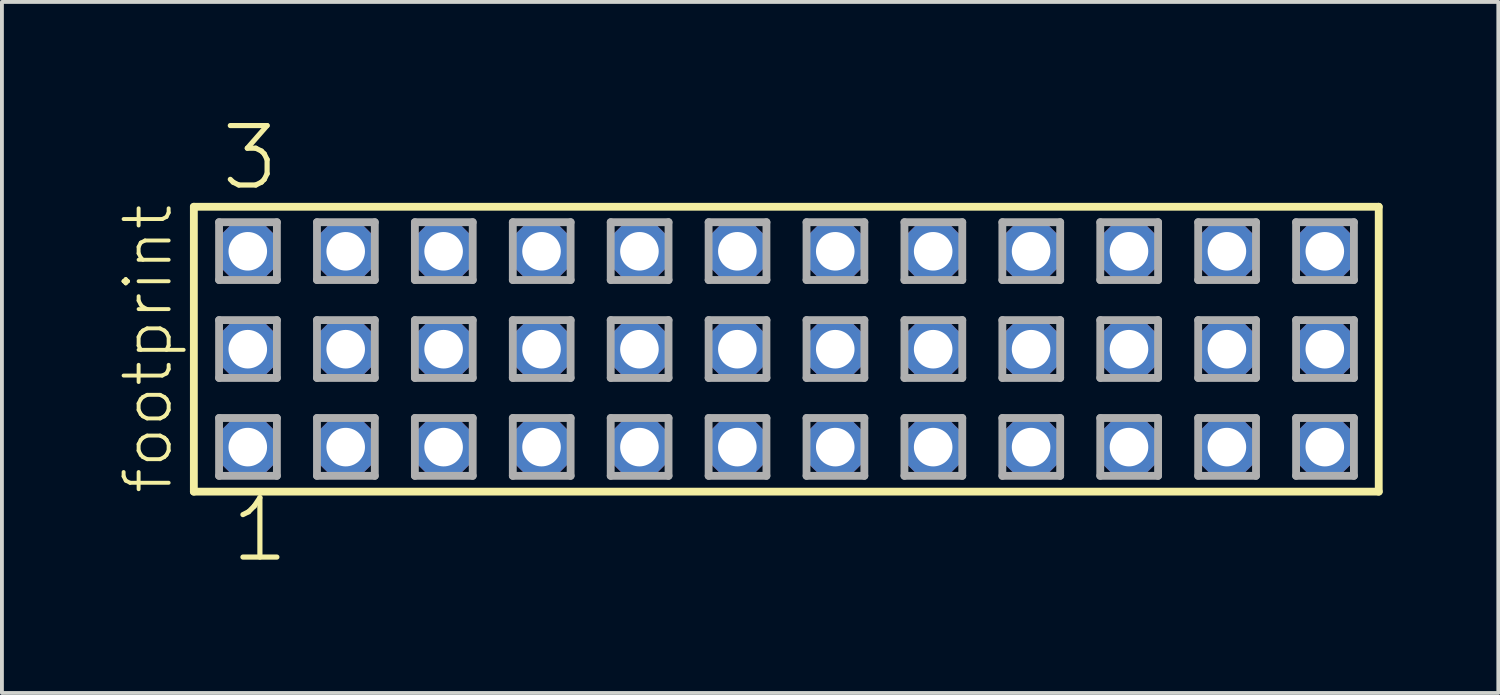
<source format=kicad_pcb>
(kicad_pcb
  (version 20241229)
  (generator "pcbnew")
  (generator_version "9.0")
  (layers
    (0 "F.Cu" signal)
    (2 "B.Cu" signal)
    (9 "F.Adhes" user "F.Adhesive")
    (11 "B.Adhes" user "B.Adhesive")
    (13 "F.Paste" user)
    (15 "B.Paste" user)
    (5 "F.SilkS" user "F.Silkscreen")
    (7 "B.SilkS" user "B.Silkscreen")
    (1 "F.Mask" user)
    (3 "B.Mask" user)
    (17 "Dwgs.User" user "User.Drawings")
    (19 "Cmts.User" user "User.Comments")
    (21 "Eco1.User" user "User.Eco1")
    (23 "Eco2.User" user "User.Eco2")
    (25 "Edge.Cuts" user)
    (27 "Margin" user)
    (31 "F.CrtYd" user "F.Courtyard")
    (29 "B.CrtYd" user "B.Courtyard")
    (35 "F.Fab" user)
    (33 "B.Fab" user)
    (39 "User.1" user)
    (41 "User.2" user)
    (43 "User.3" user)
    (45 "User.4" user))
  (footprint "footprint"
    (layer "F.Cu")
    (at 17.348 6.009)
    (property "Reference" "footprint" (at -15.875 3.81 90) (layer "F.SilkS") (effects (font (size 1.168 1.168) (thickness 0.102)) (justify left bottom)))
    (fp_line (start -15.369 -3.695) (end 15.369 -3.695) (stroke (width 0.203) (type solid)) (layer "F.SilkS"))
    (fp_line (start -15.369 3.695) (end -15.369 -3.695) (stroke (width 0.203) (type solid)) (layer "F.SilkS"))
    (fp_line (start 15.369 -3.695) (end 15.369 3.695) (stroke (width 0.203) (type solid)) (layer "F.SilkS"))
    (fp_line (start 15.369 3.695) (end -15.369 3.695) (stroke (width 0.203) (type solid)) (layer "F.SilkS"))
    (fp_line (start -14.715 -3.295) (end -13.215 -3.295) (stroke (width 0.203) (type solid)) (layer "F.Fab"))
    (fp_line (start -14.715 -1.795) (end -14.715 -3.295) (stroke (width 0.203) (type solid)) (layer "F.Fab"))
    (fp_line (start -14.715 -0.755) (end -13.215 -0.755) (stroke (width 0.203) (type solid)) (layer "F.Fab"))
    (fp_line (start -14.715 0.745) (end -14.715 -0.755) (stroke (width 0.203) (type solid)) (layer "F.Fab"))
    (fp_line (start -14.715 1.785) (end -13.215 1.785) (stroke (width 0.203) (type solid)) (layer "F.Fab"))
    (fp_line (start -14.715 3.285) (end -14.715 1.785) (stroke (width 0.203) (type solid)) (layer "F.Fab"))
    (fp_line (start -13.215 -3.295) (end -13.215 -1.795) (stroke (width 0.203) (type solid)) (layer "F.Fab"))
    (fp_line (start -13.215 -1.795) (end -14.715 -1.795) (stroke (width 0.203) (type solid)) (layer "F.Fab"))
    (fp_line (start -13.215 -0.755) (end -13.215 0.745) (stroke (width 0.203) (type solid)) (layer "F.Fab"))
    (fp_line (start -13.215 0.745) (end -14.715 0.745) (stroke (width 0.203) (type solid)) (layer "F.Fab"))
    (fp_line (start -13.215 1.785) (end -13.215 3.285) (stroke (width 0.203) (type solid)) (layer "F.Fab"))
    (fp_line (start -13.215 3.285) (end -14.715 3.285) (stroke (width 0.203) (type solid)) (layer "F.Fab"))
    (fp_line (start -12.175 -3.295) (end -10.675 -3.295) (stroke (width 0.203) (type solid)) (layer "F.Fab"))
    (fp_line (start -12.175 -1.795) (end -12.175 -3.295) (stroke (width 0.203) (type solid)) (layer "F.Fab"))
    (fp_line (start -12.175 -0.755) (end -10.675 -0.755) (stroke (width 0.203) (type solid)) (layer "F.Fab"))
    (fp_line (start -12.175 0.745) (end -12.175 -0.755) (stroke (width 0.203) (type solid)) (layer "F.Fab"))
    (fp_line (start -12.175 1.785) (end -10.675 1.785) (stroke (width 0.203) (type solid)) (layer "F.Fab"))
    (fp_line (start -12.175 3.285) (end -12.175 1.785) (stroke (width 0.203) (type solid)) (layer "F.Fab"))
    (fp_line (start -10.675 -3.295) (end -10.675 -1.795) (stroke (width 0.203) (type solid)) (layer "F.Fab"))
    (fp_line (start -10.675 -1.795) (end -12.175 -1.795) (stroke (width 0.203) (type solid)) (layer "F.Fab"))
    (fp_line (start -10.675 -0.755) (end -10.675 0.745) (stroke (width 0.203) (type solid)) (layer "F.Fab"))
    (fp_line (start -10.675 0.745) (end -12.175 0.745) (stroke (width 0.203) (type solid)) (layer "F.Fab"))
    (fp_line (start -10.675 1.785) (end -10.675 3.285) (stroke (width 0.203) (type solid)) (layer "F.Fab"))
    (fp_line (start -10.675 3.285) (end -12.175 3.285) (stroke (width 0.203) (type solid)) (layer "F.Fab"))
    (fp_line (start -9.635 -3.295) (end -8.135 -3.295) (stroke (width 0.203) (type solid)) (layer "F.Fab"))
    (fp_line (start -9.635 -1.795) (end -9.635 -3.295) (stroke (width 0.203) (type solid)) (layer "F.Fab"))
    (fp_line (start -9.635 -0.755) (end -8.135 -0.755) (stroke (width 0.203) (type solid)) (layer "F.Fab"))
    (fp_line (start -9.635 0.745) (end -9.635 -0.755) (stroke (width 0.203) (type solid)) (layer "F.Fab"))
    (fp_line (start -9.635 1.785) (end -8.135 1.785) (stroke (width 0.203) (type solid)) (layer "F.Fab"))
    (fp_line (start -9.635 3.285) (end -9.635 1.785) (stroke (width 0.203) (type solid)) (layer "F.Fab"))
    (fp_line (start -8.135 -3.295) (end -8.135 -1.795) (stroke (width 0.203) (type solid)) (layer "F.Fab"))
    (fp_line (start -8.135 -1.795) (end -9.635 -1.795) (stroke (width 0.203) (type solid)) (layer "F.Fab"))
    (fp_line (start -8.135 -0.755) (end -8.135 0.745) (stroke (width 0.203) (type solid)) (layer "F.Fab"))
    (fp_line (start -8.135 0.745) (end -9.635 0.745) (stroke (width 0.203) (type solid)) (layer "F.Fab"))
    (fp_line (start -8.135 1.785) (end -8.135 3.285) (stroke (width 0.203) (type solid)) (layer "F.Fab"))
    (fp_line (start -8.135 3.285) (end -9.635 3.285) (stroke (width 0.203) (type solid)) (layer "F.Fab"))
    (fp_line (start -7.095 -3.295) (end -5.595 -3.295) (stroke (width 0.203) (type solid)) (layer "F.Fab"))
    (fp_line (start -7.095 -1.795) (end -7.095 -3.295) (stroke (width 0.203) (type solid)) (layer "F.Fab"))
    (fp_line (start -7.095 -0.755) (end -5.595 -0.755) (stroke (width 0.203) (type solid)) (layer "F.Fab"))
    (fp_line (start -7.095 0.745) (end -7.095 -0.755) (stroke (width 0.203) (type solid)) (layer "F.Fab"))
    (fp_line (start -7.095 1.785) (end -5.595 1.785) (stroke (width 0.203) (type solid)) (layer "F.Fab"))
    (fp_line (start -7.095 3.285) (end -7.095 1.785) (stroke (width 0.203) (type solid)) (layer "F.Fab"))
    (fp_line (start -5.595 -3.295) (end -5.595 -1.795) (stroke (width 0.203) (type solid)) (layer "F.Fab"))
    (fp_line (start -5.595 -1.795) (end -7.095 -1.795) (stroke (width 0.203) (type solid)) (layer "F.Fab"))
    (fp_line (start -5.595 -0.755) (end -5.595 0.745) (stroke (width 0.203) (type solid)) (layer "F.Fab"))
    (fp_line (start -5.595 0.745) (end -7.095 0.745) (stroke (width 0.203) (type solid)) (layer "F.Fab"))
    (fp_line (start -5.595 1.785) (end -5.595 3.285) (stroke (width 0.203) (type solid)) (layer "F.Fab"))
    (fp_line (start -5.595 3.285) (end -7.095 3.285) (stroke (width 0.203) (type solid)) (layer "F.Fab"))
    (fp_line (start -4.555 -3.295) (end -3.055 -3.295) (stroke (width 0.203) (type solid)) (layer "F.Fab"))
    (fp_line (start -4.555 -1.795) (end -4.555 -3.295) (stroke (width 0.203) (type solid)) (layer "F.Fab"))
    (fp_line (start -4.555 -0.755) (end -3.055 -0.755) (stroke (width 0.203) (type solid)) (layer "F.Fab"))
    (fp_line (start -4.555 0.745) (end -4.555 -0.755) (stroke (width 0.203) (type solid)) (layer "F.Fab"))
    (fp_line (start -4.555 1.785) (end -3.055 1.785) (stroke (width 0.203) (type solid)) (layer "F.Fab"))
    (fp_line (start -4.555 3.285) (end -4.555 1.785) (stroke (width 0.203) (type solid)) (layer "F.Fab"))
    (fp_line (start -3.055 -3.295) (end -3.055 -1.795) (stroke (width 0.203) (type solid)) (layer "F.Fab"))
    (fp_line (start -3.055 -1.795) (end -4.555 -1.795) (stroke (width 0.203) (type solid)) (layer "F.Fab"))
    (fp_line (start -3.055 -0.755) (end -3.055 0.745) (stroke (width 0.203) (type solid)) (layer "F.Fab"))
    (fp_line (start -3.055 0.745) (end -4.555 0.745) (stroke (width 0.203) (type solid)) (layer "F.Fab"))
    (fp_line (start -3.055 1.785) (end -3.055 3.285) (stroke (width 0.203) (type solid)) (layer "F.Fab"))
    (fp_line (start -3.055 3.285) (end -4.555 3.285) (stroke (width 0.203) (type solid)) (layer "F.Fab"))
    (fp_line (start -2.015 -3.295) (end -0.515 -3.295) (stroke (width 0.203) (type solid)) (layer "F.Fab"))
    (fp_line (start -2.015 -1.795) (end -2.015 -3.295) (stroke (width 0.203) (type solid)) (layer "F.Fab"))
    (fp_line (start -2.015 -0.755) (end -0.515 -0.755) (stroke (width 0.203) (type solid)) (layer "F.Fab"))
    (fp_line (start -2.015 0.745) (end -2.015 -0.755) (stroke (width 0.203) (type solid)) (layer "F.Fab"))
    (fp_line (start -2.015 1.785) (end -0.515 1.785) (stroke (width 0.203) (type solid)) (layer "F.Fab"))
    (fp_line (start -2.015 3.285) (end -2.015 1.785) (stroke (width 0.203) (type solid)) (layer "F.Fab"))
    (fp_line (start -0.515 -3.295) (end -0.515 -1.795) (stroke (width 0.203) (type solid)) (layer "F.Fab"))
    (fp_line (start -0.515 -1.795) (end -2.015 -1.795) (stroke (width 0.203) (type solid)) (layer "F.Fab"))
    (fp_line (start -0.515 -0.755) (end -0.515 0.745) (stroke (width 0.203) (type solid)) (layer "F.Fab"))
    (fp_line (start -0.515 0.745) (end -2.015 0.745) (stroke (width 0.203) (type solid)) (layer "F.Fab"))
    (fp_line (start -0.515 1.785) (end -0.515 3.285) (stroke (width 0.203) (type solid)) (layer "F.Fab"))
    (fp_line (start -0.515 3.285) (end -2.015 3.285) (stroke (width 0.203) (type solid)) (layer "F.Fab"))
    (fp_line (start 0.525 -3.295) (end 2.025 -3.295) (stroke (width 0.203) (type solid)) (layer "F.Fab"))
    (fp_line (start 0.525 -1.795) (end 0.525 -3.295) (stroke (width 0.203) (type solid)) (layer "F.Fab"))
    (fp_line (start 0.525 -0.755) (end 2.025 -0.755) (stroke (width 0.203) (type solid)) (layer "F.Fab"))
    (fp_line (start 0.525 0.745) (end 0.525 -0.755) (stroke (width 0.203) (type solid)) (layer "F.Fab"))
    (fp_line (start 0.525 1.785) (end 2.025 1.785) (stroke (width 0.203) (type solid)) (layer "F.Fab"))
    (fp_line (start 0.525 3.285) (end 0.525 1.785) (stroke (width 0.203) (type solid)) (layer "F.Fab"))
    (fp_line (start 2.025 -3.295) (end 2.025 -1.795) (stroke (width 0.203) (type solid)) (layer "F.Fab"))
    (fp_line (start 2.025 -1.795) (end 0.525 -1.795) (stroke (width 0.203) (type solid)) (layer "F.Fab"))
    (fp_line (start 2.025 -0.755) (end 2.025 0.745) (stroke (width 0.203) (type solid)) (layer "F.Fab"))
    (fp_line (start 2.025 0.745) (end 0.525 0.745) (stroke (width 0.203) (type solid)) (layer "F.Fab"))
    (fp_line (start 2.025 1.785) (end 2.025 3.285) (stroke (width 0.203) (type solid)) (layer "F.Fab"))
    (fp_line (start 2.025 3.285) (end 0.525 3.285) (stroke (width 0.203) (type solid)) (layer "F.Fab"))
    (fp_line (start 3.065 -3.295) (end 4.565 -3.295) (stroke (width 0.203) (type solid)) (layer "F.Fab"))
    (fp_line (start 3.065 -1.795) (end 3.065 -3.295) (stroke (width 0.203) (type solid)) (layer "F.Fab"))
    (fp_line (start 3.065 -0.755) (end 4.565 -0.755) (stroke (width 0.203) (type solid)) (layer "F.Fab"))
    (fp_line (start 3.065 0.745) (end 3.065 -0.755) (stroke (width 0.203) (type solid)) (layer "F.Fab"))
    (fp_line (start 3.065 1.785) (end 4.565 1.785) (stroke (width 0.203) (type solid)) (layer "F.Fab"))
    (fp_line (start 3.065 3.285) (end 3.065 1.785) (stroke (width 0.203) (type solid)) (layer "F.Fab"))
    (fp_line (start 4.565 -3.295) (end 4.565 -1.795) (stroke (width 0.203) (type solid)) (layer "F.Fab"))
    (fp_line (start 4.565 -1.795) (end 3.065 -1.795) (stroke (width 0.203) (type solid)) (layer "F.Fab"))
    (fp_line (start 4.565 -0.755) (end 4.565 0.745) (stroke (width 0.203) (type solid)) (layer "F.Fab"))
    (fp_line (start 4.565 0.745) (end 3.065 0.745) (stroke (width 0.203) (type solid)) (layer "F.Fab"))
    (fp_line (start 4.565 1.785) (end 4.565 3.285) (stroke (width 0.203) (type solid)) (layer "F.Fab"))
    (fp_line (start 4.565 3.285) (end 3.065 3.285) (stroke (width 0.203) (type solid)) (layer "F.Fab"))
    (fp_line (start 5.605 -3.295) (end 7.105 -3.295) (stroke (width 0.203) (type solid)) (layer "F.Fab"))
    (fp_line (start 5.605 -1.795) (end 5.605 -3.295) (stroke (width 0.203) (type solid)) (layer "F.Fab"))
    (fp_line (start 5.605 -0.755) (end 7.105 -0.755) (stroke (width 0.203) (type solid)) (layer "F.Fab"))
    (fp_line (start 5.605 0.745) (end 5.605 -0.755) (stroke (width 0.203) (type solid)) (layer "F.Fab"))
    (fp_line (start 5.605 1.785) (end 7.105 1.785) (stroke (width 0.203) (type solid)) (layer "F.Fab"))
    (fp_line (start 5.605 3.285) (end 5.605 1.785) (stroke (width 0.203) (type solid)) (layer "F.Fab"))
    (fp_line (start 7.105 -3.295) (end 7.105 -1.795) (stroke (width 0.203) (type solid)) (layer "F.Fab"))
    (fp_line (start 7.105 -1.795) (end 5.605 -1.795) (stroke (width 0.203) (type solid)) (layer "F.Fab"))
    (fp_line (start 7.105 -0.755) (end 7.105 0.745) (stroke (width 0.203) (type solid)) (layer "F.Fab"))
    (fp_line (start 7.105 0.745) (end 5.605 0.745) (stroke (width 0.203) (type solid)) (layer "F.Fab"))
    (fp_line (start 7.105 1.785) (end 7.105 3.285) (stroke (width 0.203) (type solid)) (layer "F.Fab"))
    (fp_line (start 7.105 3.285) (end 5.605 3.285) (stroke (width 0.203) (type solid)) (layer "F.Fab"))
    (fp_line (start 8.145 -3.295) (end 9.645 -3.295) (stroke (width 0.203) (type solid)) (layer "F.Fab"))
    (fp_line (start 8.145 -1.795) (end 8.145 -3.295) (stroke (width 0.203) (type solid)) (layer "F.Fab"))
    (fp_line (start 8.145 -0.755) (end 9.645 -0.755) (stroke (width 0.203) (type solid)) (layer "F.Fab"))
    (fp_line (start 8.145 0.745) (end 8.145 -0.755) (stroke (width 0.203) (type solid)) (layer "F.Fab"))
    (fp_line (start 8.145 1.785) (end 9.645 1.785) (stroke (width 0.203) (type solid)) (layer "F.Fab"))
    (fp_line (start 8.145 3.285) (end 8.145 1.785) (stroke (width 0.203) (type solid)) (layer "F.Fab"))
    (fp_line (start 9.645 -3.295) (end 9.645 -1.795) (stroke (width 0.203) (type solid)) (layer "F.Fab"))
    (fp_line (start 9.645 -1.795) (end 8.145 -1.795) (stroke (width 0.203) (type solid)) (layer "F.Fab"))
    (fp_line (start 9.645 -0.755) (end 9.645 0.745) (stroke (width 0.203) (type solid)) (layer "F.Fab"))
    (fp_line (start 9.645 0.745) (end 8.145 0.745) (stroke (width 0.203) (type solid)) (layer "F.Fab"))
    (fp_line (start 9.645 1.785) (end 9.645 3.285) (stroke (width 0.203) (type solid)) (layer "F.Fab"))
    (fp_line (start 9.645 3.285) (end 8.145 3.285) (stroke (width 0.203) (type solid)) (layer "F.Fab"))
    (fp_line (start 10.685 -3.295) (end 12.185 -3.295) (stroke (width 0.203) (type solid)) (layer "F.Fab"))
    (fp_line (start 10.685 -1.795) (end 10.685 -3.295) (stroke (width 0.203) (type solid)) (layer "F.Fab"))
    (fp_line (start 10.685 -0.755) (end 12.185 -0.755) (stroke (width 0.203) (type solid)) (layer "F.Fab"))
    (fp_line (start 10.685 0.745) (end 10.685 -0.755) (stroke (width 0.203) (type solid)) (layer "F.Fab"))
    (fp_line (start 10.685 1.785) (end 12.185 1.785) (stroke (width 0.203) (type solid)) (layer "F.Fab"))
    (fp_line (start 10.685 3.285) (end 10.685 1.785) (stroke (width 0.203) (type solid)) (layer "F.Fab"))
    (fp_line (start 12.185 -3.295) (end 12.185 -1.795) (stroke (width 0.203) (type solid)) (layer "F.Fab"))
    (fp_line (start 12.185 -1.795) (end 10.685 -1.795) (stroke (width 0.203) (type solid)) (layer "F.Fab"))
    (fp_line (start 12.185 -0.755) (end 12.185 0.745) (stroke (width 0.203) (type solid)) (layer "F.Fab"))
    (fp_line (start 12.185 0.745) (end 10.685 0.745) (stroke (width 0.203) (type solid)) (layer "F.Fab"))
    (fp_line (start 12.185 1.785) (end 12.185 3.285) (stroke (width 0.203) (type solid)) (layer "F.Fab"))
    (fp_line (start 12.185 3.285) (end 10.685 3.285) (stroke (width 0.203) (type solid)) (layer "F.Fab"))
    (fp_line (start 13.225 -3.295) (end 14.725 -3.295) (stroke (width 0.203) (type solid)) (layer "F.Fab"))
    (fp_line (start 13.225 -1.795) (end 13.225 -3.295) (stroke (width 0.203) (type solid)) (layer "F.Fab"))
    (fp_line (start 13.225 -0.755) (end 14.725 -0.755) (stroke (width 0.203) (type solid)) (layer "F.Fab"))
    (fp_line (start 13.225 0.745) (end 13.225 -0.755) (stroke (width 0.203) (type solid)) (layer "F.Fab"))
    (fp_line (start 13.225 1.785) (end 14.725 1.785) (stroke (width 0.203) (type solid)) (layer "F.Fab"))
    (fp_line (start 13.225 3.285) (end 13.225 1.785) (stroke (width 0.203) (type solid)) (layer "F.Fab"))
    (fp_line (start 14.725 -3.295) (end 14.725 -1.795) (stroke (width 0.203) (type solid)) (layer "F.Fab"))
    (fp_line (start 14.725 -1.795) (end 13.225 -1.795) (stroke (width 0.203) (type solid)) (layer "F.Fab"))
    (fp_line (start 14.725 -0.755) (end 14.725 0.745) (stroke (width 0.203) (type solid)) (layer "F.Fab"))
    (fp_line (start 14.725 0.745) (end 13.225 0.745) (stroke (width 0.203) (type solid)) (layer "F.Fab"))
    (fp_line (start 14.725 1.785) (end 14.725 3.285) (stroke (width 0.203) (type solid)) (layer "F.Fab"))
    (fp_line (start 14.725 3.285) (end 13.225 3.285) (stroke (width 0.203) (type solid)) (layer "F.Fab"))
    (fp_text user "1" (at -14.478 5.588 0) (layer "F.SilkS") (effects (font (size 1.542 1.542) (thickness 0.134)) (justify left bottom)))
    (fp_text user "3" (at -14.732 -4.064 0) (layer "F.SilkS") (effects (font (size 1.542 1.542) (thickness 0.134)) (justify left bottom)))
    (pad "1" thru_hole roundrect (at -13.97 2.54) (size 1.5 1.5) (drill 1) (layers "*.Cu" "*.Mask") (roundrect_rratio 0.25) (chamfer_ratio 0.25) (chamfer top_left top_right bottom_left bottom_right))
    (pad "2" thru_hole roundrect (at -13.97 0) (size 1.5 1.5) (drill 1) (layers "*.Cu" "*.Mask") (roundrect_rratio 0.25) (chamfer_ratio 0.25) (chamfer top_left top_right bottom_left bottom_right))
    (pad "3" thru_hole roundrect (at -13.97 -2.54) (size 1.5 1.5) (drill 1) (layers "*.Cu" "*.Mask") (roundrect_rratio 0.25) (chamfer_ratio 0.25) (chamfer top_left top_right bottom_left bottom_right))
    (pad "4" thru_hole roundrect (at -11.43 2.54) (size 1.5 1.5) (drill 1) (layers "*.Cu" "*.Mask") (roundrect_rratio 0.25) (chamfer_ratio 0.25) (chamfer top_left top_right bottom_left bottom_right))
    (pad "5" thru_hole roundrect (at -11.43 0) (size 1.5 1.5) (drill 1) (layers "*.Cu" "*.Mask") (roundrect_rratio 0.25) (chamfer_ratio 0.25) (chamfer top_left top_right bottom_left bottom_right))
    (pad "6" thru_hole roundrect (at -11.43 -2.54) (size 1.5 1.5) (drill 1) (layers "*.Cu" "*.Mask") (roundrect_rratio 0.25) (chamfer_ratio 0.25) (chamfer top_left top_right bottom_left bottom_right))
    (pad "7" thru_hole roundrect (at -8.89 2.54) (size 1.5 1.5) (drill 1) (layers "*.Cu" "*.Mask") (roundrect_rratio 0.25) (chamfer_ratio 0.25) (chamfer top_left top_right bottom_left bottom_right))
    (pad "8" thru_hole roundrect (at -8.89 0) (size 1.5 1.5) (drill 1) (layers "*.Cu" "*.Mask") (roundrect_rratio 0.25) (chamfer_ratio 0.25) (chamfer top_left top_right bottom_left bottom_right))
    (pad "9" thru_hole roundrect (at -8.89 -2.54) (size 1.5 1.5) (drill 1) (layers "*.Cu" "*.Mask") (roundrect_rratio 0.25) (chamfer_ratio 0.25) (chamfer top_left top_right bottom_left bottom_right))
    (pad "10" thru_hole roundrect (at -6.35 2.54) (size 1.5 1.5) (drill 1) (layers "*.Cu" "*.Mask") (roundrect_rratio 0.25) (chamfer_ratio 0.25) (chamfer top_left top_right bottom_left bottom_right))
    (pad "11" thru_hole roundrect (at -6.35 0) (size 1.5 1.5) (drill 1) (layers "*.Cu" "*.Mask") (roundrect_rratio 0.25) (chamfer_ratio 0.25) (chamfer top_left top_right bottom_left bottom_right))
    (pad "12" thru_hole roundrect (at -6.35 -2.54) (size 1.5 1.5) (drill 1) (layers "*.Cu" "*.Mask") (roundrect_rratio 0.25) (chamfer_ratio 0.25) (chamfer top_left top_right bottom_left bottom_right))
    (pad "13" thru_hole roundrect (at -3.81 2.54) (size 1.5 1.5) (drill 1) (layers "*.Cu" "*.Mask") (roundrect_rratio 0.25) (chamfer_ratio 0.25) (chamfer top_left top_right bottom_left bottom_right))
    (pad "14" thru_hole roundrect (at -3.81 0) (size 1.5 1.5) (drill 1) (layers "*.Cu" "*.Mask") (roundrect_rratio 0.25) (chamfer_ratio 0.25) (chamfer top_left top_right bottom_left bottom_right))
    (pad "15" thru_hole roundrect (at -3.81 -2.54) (size 1.5 1.5) (drill 1) (layers "*.Cu" "*.Mask") (roundrect_rratio 0.25) (chamfer_ratio 0.25) (chamfer top_left top_right bottom_left bottom_right))
    (pad "16" thru_hole roundrect (at -1.27 2.54) (size 1.5 1.5) (drill 1) (layers "*.Cu" "*.Mask") (roundrect_rratio 0.25) (chamfer_ratio 0.25) (chamfer top_left top_right bottom_left bottom_right))
    (pad "17" thru_hole roundrect (at -1.27 0) (size 1.5 1.5) (drill 1) (layers "*.Cu" "*.Mask") (roundrect_rratio 0.25) (chamfer_ratio 0.25) (chamfer top_left top_right bottom_left bottom_right))
    (pad "18" thru_hole roundrect (at -1.27 -2.54) (size 1.5 1.5) (drill 1) (layers "*.Cu" "*.Mask") (roundrect_rratio 0.25) (chamfer_ratio 0.25) (chamfer top_left top_right bottom_left bottom_right))
    (pad "19" thru_hole roundrect (at 1.27 2.54) (size 1.5 1.5) (drill 1) (layers "*.Cu" "*.Mask") (roundrect_rratio 0.25) (chamfer_ratio 0.25) (chamfer top_left top_right bottom_left bottom_right))
    (pad "20" thru_hole roundrect (at 1.27 0) (size 1.5 1.5) (drill 1) (layers "*.Cu" "*.Mask") (roundrect_rratio 0.25) (chamfer_ratio 0.25) (chamfer top_left top_right bottom_left bottom_right))
    (pad "21" thru_hole roundrect (at 1.27 -2.54) (size 1.5 1.5) (drill 1) (layers "*.Cu" "*.Mask") (roundrect_rratio 0.25) (chamfer_ratio 0.25) (chamfer top_left top_right bottom_left bottom_right))
    (pad "22" thru_hole roundrect (at 3.81 2.54) (size 1.5 1.5) (drill 1) (layers "*.Cu" "*.Mask") (roundrect_rratio 0.25) (chamfer_ratio 0.25) (chamfer top_left top_right bottom_left bottom_right))
    (pad "23" thru_hole roundrect (at 3.81 0) (size 1.5 1.5) (drill 1) (layers "*.Cu" "*.Mask") (roundrect_rratio 0.25) (chamfer_ratio 0.25) (chamfer top_left top_right bottom_left bottom_right))
    (pad "24" thru_hole roundrect (at 3.81 -2.54) (size 1.5 1.5) (drill 1) (layers "*.Cu" "*.Mask") (roundrect_rratio 0.25) (chamfer_ratio 0.25) (chamfer top_left top_right bottom_left bottom_right))
    (pad "25" thru_hole roundrect (at 6.35 2.54) (size 1.5 1.5) (drill 1) (layers "*.Cu" "*.Mask") (roundrect_rratio 0.25) (chamfer_ratio 0.25) (chamfer top_left top_right bottom_left bottom_right))
    (pad "26" thru_hole roundrect (at 6.35 0) (size 1.5 1.5) (drill 1) (layers "*.Cu" "*.Mask") (roundrect_rratio 0.25) (chamfer_ratio 0.25) (chamfer top_left top_right bottom_left bottom_right))
    (pad "27" thru_hole roundrect (at 6.35 -2.54) (size 1.5 1.5) (drill 1) (layers "*.Cu" "*.Mask") (roundrect_rratio 0.25) (chamfer_ratio 0.25) (chamfer top_left top_right bottom_left bottom_right))
    (pad "28" thru_hole roundrect (at 8.89 2.54) (size 1.5 1.5) (drill 1) (layers "*.Cu" "*.Mask") (roundrect_rratio 0.25) (chamfer_ratio 0.25) (chamfer top_left top_right bottom_left bottom_right))
    (pad "29" thru_hole roundrect (at 8.89 0) (size 1.5 1.5) (drill 1) (layers "*.Cu" "*.Mask") (roundrect_rratio 0.25) (chamfer_ratio 0.25) (chamfer top_left top_right bottom_left bottom_right))
    (pad "30" thru_hole roundrect (at 8.89 -2.54) (size 1.5 1.5) (drill 1) (layers "*.Cu" "*.Mask") (roundrect_rratio 0.25) (chamfer_ratio 0.25) (chamfer top_left top_right bottom_left bottom_right))
    (pad "31" thru_hole roundrect (at 11.43 2.54) (size 1.5 1.5) (drill 1) (layers "*.Cu" "*.Mask") (roundrect_rratio 0.25) (chamfer_ratio 0.25) (chamfer top_left top_right bottom_left bottom_right))
    (pad "32" thru_hole roundrect (at 11.43 0) (size 1.5 1.5) (drill 1) (layers "*.Cu" "*.Mask") (roundrect_rratio 0.25) (chamfer_ratio 0.25) (chamfer top_left top_right bottom_left bottom_right))
    (pad "33" thru_hole roundrect (at 11.43 -2.54) (size 1.5 1.5) (drill 1) (layers "*.Cu" "*.Mask") (roundrect_rratio 0.25) (chamfer_ratio 0.25) (chamfer top_left top_right bottom_left bottom_right))
    (pad "34" thru_hole roundrect (at 13.97 2.54) (size 1.5 1.5) (drill 1) (layers "*.Cu" "*.Mask") (roundrect_rratio 0.25) (chamfer_ratio 0.25) (chamfer top_left top_right bottom_left bottom_right))
    (pad "35" thru_hole roundrect (at 13.97 0) (size 1.5 1.5) (drill 1) (layers "*.Cu" "*.Mask") (roundrect_rratio 0.25) (chamfer_ratio 0.25) (chamfer top_left top_right bottom_left bottom_right))
    (pad "36" thru_hole roundrect (at 13.97 -2.54) (size 1.5 1.5) (drill 1) (layers "*.Cu" "*.Mask") (roundrect_rratio 0.25) (chamfer_ratio 0.25) (chamfer top_left top_right bottom_left bottom_right)))
  (gr_rect
    (start -3 -3)
    (end 35.819 14.927)
    (stroke (width 0.1) (type default))
    (fill no)
    (layer "Edge.Cuts")))
</source>
